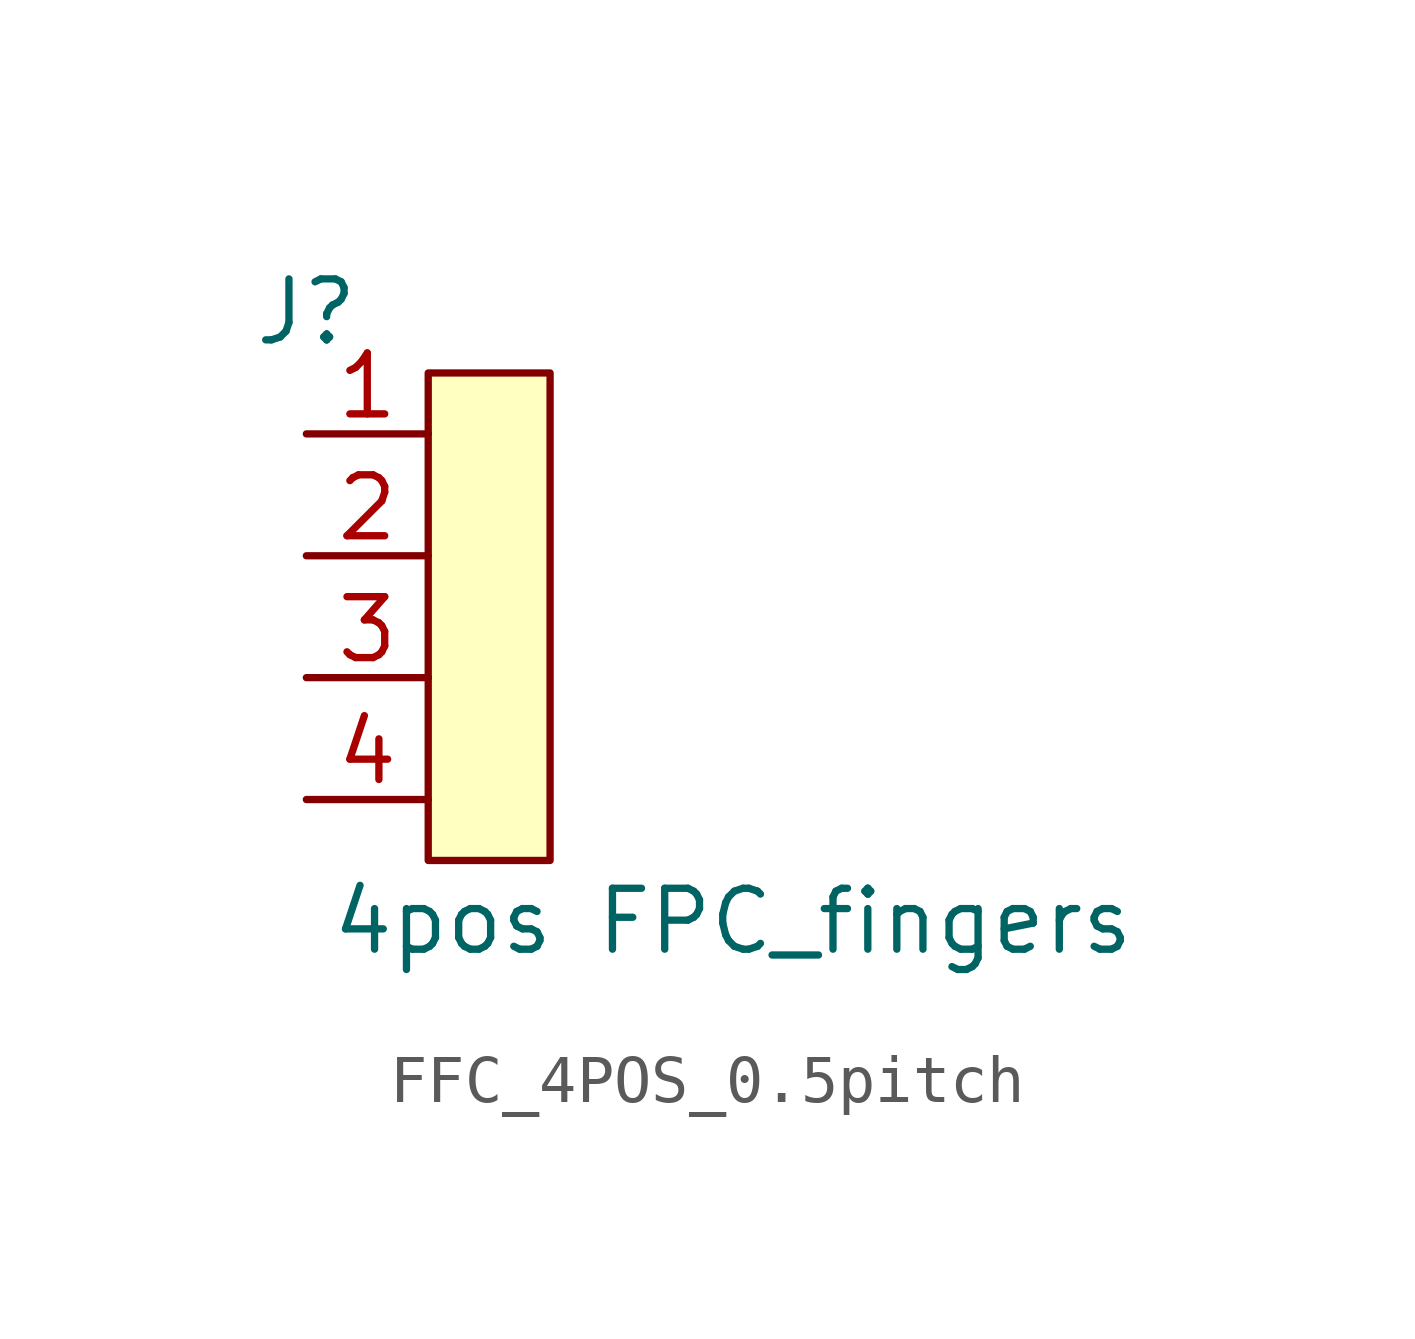
<source format=kicad_sym>
(kicad_symbol_lib
  (version 20220914)
  (generator kicad_symbol_editor)
  (symbol "FFC_4POS_0.5pitch"
    (pin_names hide)
    (property "Reference" "J"
      (at 0 0 0)
      (effects (font (size 1.27 1.27))))
    (property "Value" "4pos FPC_fingers"
      (at 8.89 -12.7 0)
      (effects (font (size 1.27 1.27))))
    (symbol "FFC_4POS_0.5pitch_1_1"
      (rectangle (start 2.54 -1.27) (end 5.08 -11.43) (stroke (width 0) (type default)) (fill (type background)))
      (pin passive line (at 0 -2.54 0) (length 2.54) (name "" (effects (font (size 1.27 1.27)))) (number "1" (effects (font (size 1.27 1.27)))))
      (pin passive line (at 0 -5.08 0) (length 2.54) (name "" (effects (font (size 1.27 1.27)))) (number "2" (effects (font (size 1.27 1.27)))))
      (pin passive line (at 0 -7.62 0) (length 2.54) (name "" (effects (font (size 1.27 1.27)))) (number "3" (effects (font (size 1.27 1.27)))))
      (pin passive line (at 0 -10.16 0) (length 2.54) (name "" (effects (font (size 1.27 1.27)))) (number "4" (effects (font (size 1.27 1.27))))))))
</source>
